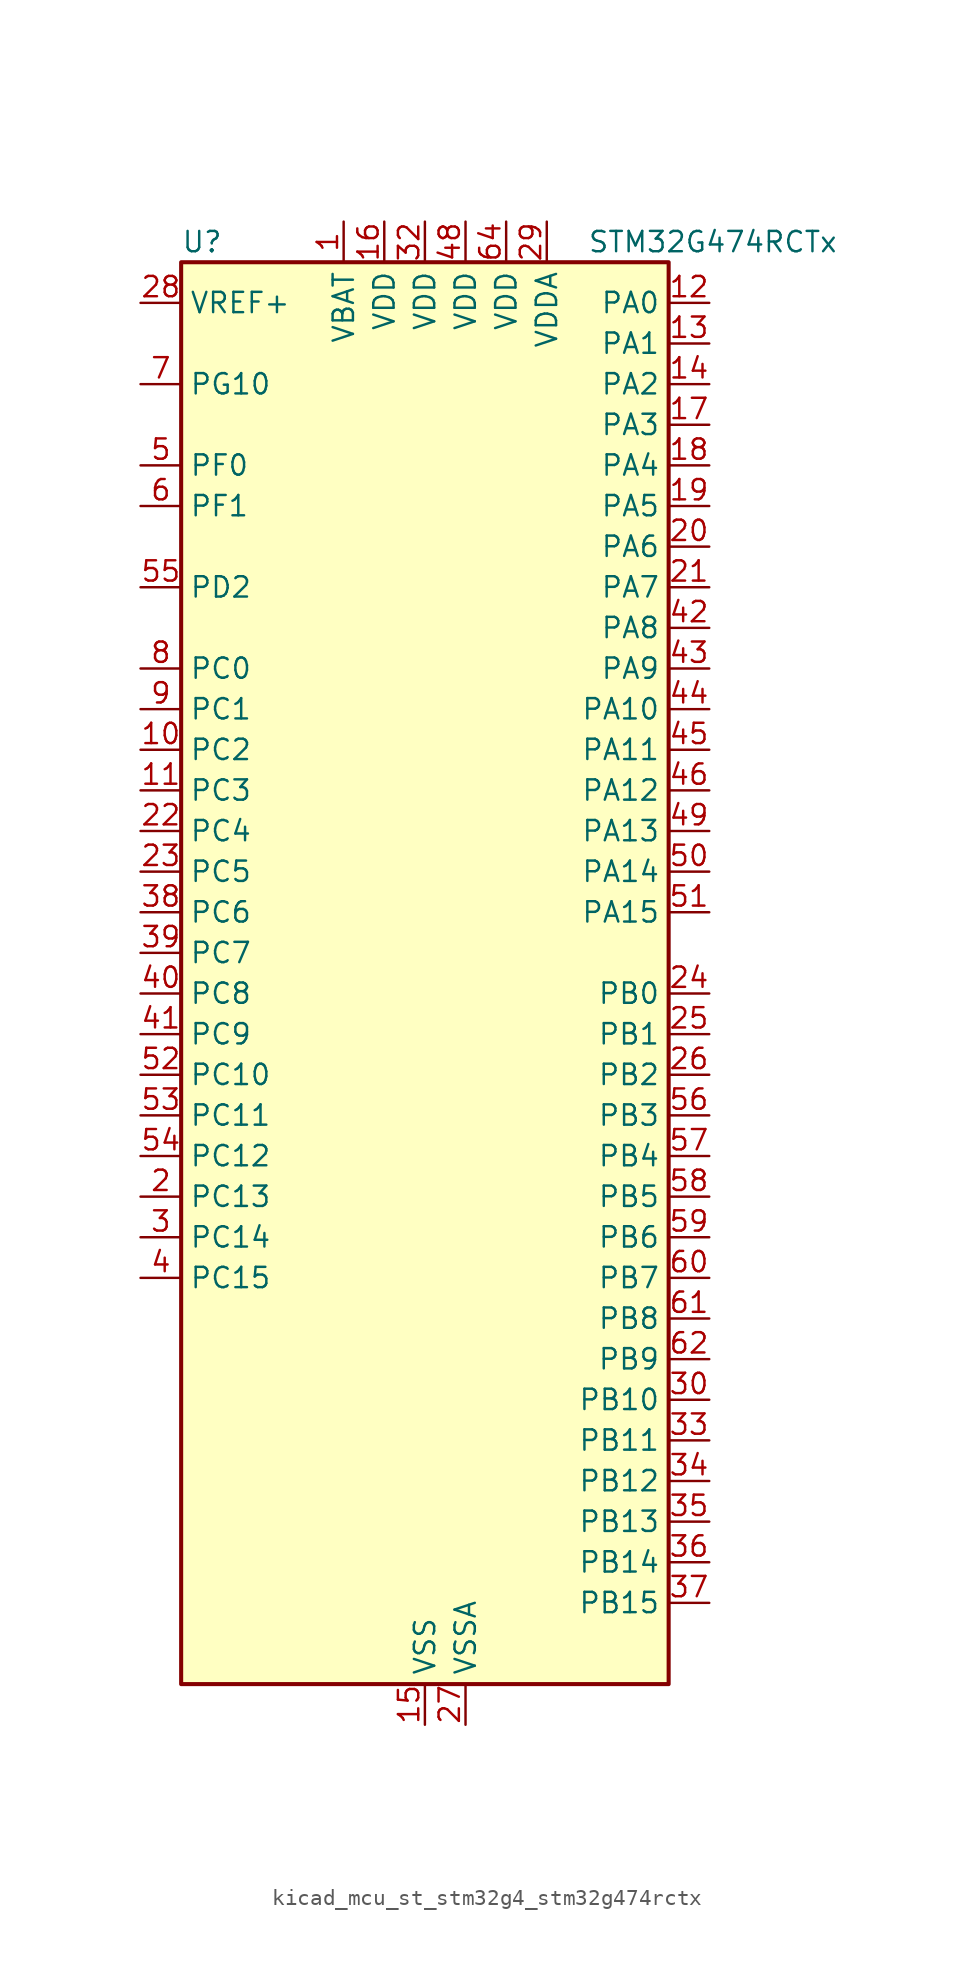
<source format=kicad_sym>
(kicad_symbol_lib
  (version 20220914)
  (generator kicad_symbol_editor)
  (symbol "kicad_mcu_st_stm32g4_stm32g474rctx"
    (property "Reference" "U"
      (at -15.24 46.99 0)
      (effects (font (size 1.27 1.27)) (justify left)))
    (property "Value" "STM32G474RCTx"
      (at 10.16 46.99 0)
      (effects (font (size 1.27 1.27)) (justify left)))
    (property "ki_locked" ""
      (at 0 0 0)
      (effects (font (size 1.27 1.27))))
    (symbol "kicad_mcu_st_stm32g4_stm32g474rctx_0_1"
      (rectangle (start -15.24 -43.18) (end 15.24 45.72) (stroke (width 0.254) (type default)) (fill (type background))))
    (symbol "kicad_mcu_st_stm32g4_stm32g474rctx_1_1"
      (pin power_in line (at -5.08 48.26 270) (length 2.54) (name "VBAT" (effects (font (size 1.27 1.27)))) (number "1" (effects (font (size 1.27 1.27)))))
      (pin bidirectional line (at -17.78 15.24 0) (length 2.54) (name "PC2" (effects (font (size 1.27 1.27)))) (number "10" (effects (font (size 1.27 1.27)))) (alternate "ADC1_IN8" bidirectional line) (alternate "ADC2_IN8" bidirectional line) (alternate "ADC3_EXTI2" bidirectional line) (alternate "ADC4_EXTI2" bidirectional line) (alternate "ADC5_EXTI2" bidirectional line) (alternate "COMP3_OUT" bidirectional line) (alternate "LPTIM1_IN2" bidirectional line) (alternate "QUADSPI1_BK2_IO1" bidirectional line) (alternate "TIM1_CH3" bidirectional line) (alternate "TIM20_CH2" bidirectional line))
      (pin bidirectional line (at -17.78 12.7 0) (length 2.54) (name "PC3" (effects (font (size 1.27 1.27)))) (number "11" (effects (font (size 1.27 1.27)))) (alternate "ADC1_IN9" bidirectional line) (alternate "ADC2_IN9" bidirectional line) (alternate "ADC3_EXTI3" bidirectional line) (alternate "ADC4_EXTI3" bidirectional line) (alternate "ADC5_EXTI3" bidirectional line) (alternate "LPTIM1_ETR" bidirectional line) (alternate "OPAMP5_VINP" bidirectional line) (alternate "OPAMP5_VINP_SEC" bidirectional line) (alternate "QUADSPI1_BK2_IO2" bidirectional line) (alternate "SAI1_D1" bidirectional line) (alternate "SAI1_SD_A" bidirectional line) (alternate "TIM1_BKIN2" bidirectional line) (alternate "TIM1_CH4" bidirectional line))
      (pin bidirectional line (at 17.78 43.18 180) (length 2.54) (name "PA0" (effects (font (size 1.27 1.27)))) (number "12" (effects (font (size 1.27 1.27)))) (alternate "ADC1_IN1" bidirectional line) (alternate "ADC2_IN1" bidirectional line) (alternate "COMP1_INM" bidirectional line) (alternate "COMP1_OUT" bidirectional line) (alternate "COMP3_INP" bidirectional line) (alternate "RTC_TAMP2" bidirectional line) (alternate "SYS_WKUP1" bidirectional line) (alternate "TIM2_CH1" bidirectional line) (alternate "TIM2_ETR" bidirectional line) (alternate "TIM5_CH1" bidirectional line) (alternate "TIM8_BKIN" bidirectional line) (alternate "TIM8_ETR" bidirectional line) (alternate "USART2_CTS" bidirectional line) (alternate "USART2_NSS" bidirectional line))
      (pin bidirectional line (at 17.78 40.64 180) (length 2.54) (name "PA1" (effects (font (size 1.27 1.27)))) (number "13" (effects (font (size 1.27 1.27)))) (alternate "ADC1_IN2" bidirectional line) (alternate "ADC2_IN2" bidirectional line) (alternate "COMP1_INP" bidirectional line) (alternate "OPAMP1_VINP" bidirectional line) (alternate "OPAMP1_VINP_SEC" bidirectional line) (alternate "OPAMP3_VINP" bidirectional line) (alternate "OPAMP3_VINP_SEC" bidirectional line) (alternate "OPAMP6_VINM" bidirectional line) (alternate "OPAMP6_VINM0" bidirectional line) (alternate "OPAMP6_VINM_SEC" bidirectional line) (alternate "RTC_REFIN" bidirectional line) (alternate "TIM15_CH1N" bidirectional line) (alternate "TIM2_CH2" bidirectional line) (alternate "TIM5_CH2" bidirectional line) (alternate "USART2_DE" bidirectional line) (alternate "USART2_RTS" bidirectional line))
      (pin bidirectional line (at 17.78 38.1 180) (length 2.54) (name "PA2" (effects (font (size 1.27 1.27)))) (number "14" (effects (font (size 1.27 1.27)))) (alternate "ADC1_IN3" bidirectional line) (alternate "ADC3_EXTI2" bidirectional line) (alternate "ADC4_EXTI2" bidirectional line) (alternate "ADC5_EXTI2" bidirectional line) (alternate "COMP2_INM" bidirectional line) (alternate "COMP2_OUT" bidirectional line) (alternate "LPUART1_TX" bidirectional line) (alternate "OPAMP1_VOUT" bidirectional line) (alternate "QUADSPI1_BK1_NCS" bidirectional line) (alternate "RCC_LSCO" bidirectional line) (alternate "SYS_WKUP4" bidirectional line) (alternate "TIM15_CH1" bidirectional line) (alternate "TIM2_CH3" bidirectional line) (alternate "TIM5_CH3" bidirectional line) (alternate "UCPD1_FRSTX1" bidirectional line) (alternate "UCPD1_FRSTX2" bidirectional line) (alternate "USART2_TX" bidirectional line))
      (pin power_in line (at 0 -45.72 90) (length 2.54) (name "VSS" (effects (font (size 1.27 1.27)))) (number "15" (effects (font (size 1.27 1.27)))))
      (pin power_in line (at -2.54 48.26 270) (length 2.54) (name "VDD" (effects (font (size 1.27 1.27)))) (number "16" (effects (font (size 1.27 1.27)))))
      (pin bidirectional line (at 17.78 35.56 180) (length 2.54) (name "PA3" (effects (font (size 1.27 1.27)))) (number "17" (effects (font (size 1.27 1.27)))) (alternate "ADC1_IN4" bidirectional line) (alternate "ADC3_EXTI3" bidirectional line) (alternate "ADC4_EXTI3" bidirectional line) (alternate "ADC5_EXTI3" bidirectional line) (alternate "COMP2_INP" bidirectional line) (alternate "LPUART1_RX" bidirectional line) (alternate "OPAMP1_VINM" bidirectional line) (alternate "OPAMP1_VINM0" bidirectional line) (alternate "OPAMP1_VINM_SEC" bidirectional line) (alternate "OPAMP1_VINP" bidirectional line) (alternate "OPAMP1_VINP_SEC" bidirectional line) (alternate "OPAMP5_VINM" bidirectional line) (alternate "OPAMP5_VINM1" bidirectional line) (alternate "OPAMP5_VINM_SEC" bidirectional line) (alternate "QUADSPI1_CLK" bidirectional line) (alternate "SAI1_CK1" bidirectional line) (alternate "SAI1_MCLK_A" bidirectional line) (alternate "TIM15_CH2" bidirectional line) (alternate "TIM2_CH4" bidirectional line) (alternate "TIM5_CH4" bidirectional line) (alternate "USART2_RX" bidirectional line))
      (pin bidirectional line (at 17.78 33.02 180) (length 2.54) (name "PA4" (effects (font (size 1.27 1.27)))) (number "18" (effects (font (size 1.27 1.27)))) (alternate "ADC2_IN17" bidirectional line) (alternate "COMP1_INM" bidirectional line) (alternate "DAC1_OUT1" bidirectional line) (alternate "I2S3_WS" bidirectional line) (alternate "SAI1_FS_B" bidirectional line) (alternate "SPI1_NSS" bidirectional line) (alternate "SPI3_NSS" bidirectional line) (alternate "TIM3_CH2" bidirectional line) (alternate "USART2_CK" bidirectional line))
      (pin bidirectional line (at 17.78 30.48 180) (length 2.54) (name "PA5" (effects (font (size 1.27 1.27)))) (number "19" (effects (font (size 1.27 1.27)))) (alternate "ADC2_IN13" bidirectional line) (alternate "COMP2_INM" bidirectional line) (alternate "DAC1_OUT2" bidirectional line) (alternate "OPAMP2_VINM" bidirectional line) (alternate "OPAMP2_VINM0" bidirectional line) (alternate "OPAMP2_VINM_SEC" bidirectional line) (alternate "SPI1_SCK" bidirectional line) (alternate "TIM2_CH1" bidirectional line) (alternate "TIM2_ETR" bidirectional line) (alternate "UCPD1_FRSTX1" bidirectional line) (alternate "UCPD1_FRSTX2" bidirectional line))
      (pin bidirectional line (at -17.78 -12.7 0) (length 2.54) (name "PC13" (effects (font (size 1.27 1.27)))) (number "2" (effects (font (size 1.27 1.27)))) (alternate "RTC_OUT1" bidirectional line) (alternate "RTC_TAMP1" bidirectional line) (alternate "RTC_TS" bidirectional line) (alternate "SYS_WKUP2" bidirectional line) (alternate "TIM1_BKIN" bidirectional line) (alternate "TIM1_CH1N" bidirectional line) (alternate "TIM8_CH4N" bidirectional line))
      (pin bidirectional line (at 17.78 27.94 180) (length 2.54) (name "PA6" (effects (font (size 1.27 1.27)))) (number "20" (effects (font (size 1.27 1.27)))) (alternate "ADC2_IN3" bidirectional line) (alternate "COMP1_OUT" bidirectional line) (alternate "DAC2_OUT1" bidirectional line) (alternate "LPUART1_CTS" bidirectional line) (alternate "OPAMP2_VOUT" bidirectional line) (alternate "QUADSPI1_BK1_IO3" bidirectional line) (alternate "SPI1_MISO" bidirectional line) (alternate "TIM16_CH1" bidirectional line) (alternate "TIM1_BKIN" bidirectional line) (alternate "TIM3_CH1" bidirectional line) (alternate "TIM8_BKIN" bidirectional line))
      (pin bidirectional line (at 17.78 25.4 180) (length 2.54) (name "PA7" (effects (font (size 1.27 1.27)))) (number "21" (effects (font (size 1.27 1.27)))) (alternate "ADC2_IN4" bidirectional line) (alternate "COMP2_INP" bidirectional line) (alternate "COMP2_OUT" bidirectional line) (alternate "OPAMP1_VINP" bidirectional line) (alternate "OPAMP1_VINP_SEC" bidirectional line) (alternate "OPAMP2_VINP" bidirectional line) (alternate "OPAMP2_VINP_SEC" bidirectional line) (alternate "QUADSPI1_BK1_IO2" bidirectional line) (alternate "SPI1_MOSI" bidirectional line) (alternate "TIM17_CH1" bidirectional line) (alternate "TIM1_CH1N" bidirectional line) (alternate "TIM3_CH2" bidirectional line) (alternate "TIM8_CH1N" bidirectional line) (alternate "UCPD1_FRSTX1" bidirectional line) (alternate "UCPD1_FRSTX2" bidirectional line))
      (pin bidirectional line (at -17.78 10.16 0) (length 2.54) (name "PC4" (effects (font (size 1.27 1.27)))) (number "22" (effects (font (size 1.27 1.27)))) (alternate "ADC2_IN5" bidirectional line) (alternate "I2C2_SCL" bidirectional line) (alternate "QUADSPI1_BK2_IO3" bidirectional line) (alternate "TIM1_ETR" bidirectional line) (alternate "USART1_TX" bidirectional line))
      (pin bidirectional line (at -17.78 7.62 0) (length 2.54) (name "PC5" (effects (font (size 1.27 1.27)))) (number "23" (effects (font (size 1.27 1.27)))) (alternate "ADC2_IN11" bidirectional line) (alternate "HRTIM1_EEV10" bidirectional line) (alternate "OPAMP1_VINM" bidirectional line) (alternate "OPAMP1_VINM1" bidirectional line) (alternate "OPAMP1_VINM_SEC" bidirectional line) (alternate "OPAMP2_VINM" bidirectional line) (alternate "OPAMP2_VINM1" bidirectional line) (alternate "OPAMP2_VINM_SEC" bidirectional line) (alternate "SAI1_D3" bidirectional line) (alternate "SYS_WKUP5" bidirectional line) (alternate "TIM15_BKIN" bidirectional line) (alternate "TIM1_CH4N" bidirectional line) (alternate "USART1_RX" bidirectional line))
      (pin bidirectional line (at 17.78 0 180) (length 2.54) (name "PB0" (effects (font (size 1.27 1.27)))) (number "24" (effects (font (size 1.27 1.27)))) (alternate "ADC1_IN15" bidirectional line) (alternate "ADC3_IN12" bidirectional line) (alternate "COMP4_INP" bidirectional line) (alternate "HRTIM1_FLT5" bidirectional line) (alternate "OPAMP2_VINP" bidirectional line) (alternate "OPAMP2_VINP_SEC" bidirectional line) (alternate "OPAMP3_VINP" bidirectional line) (alternate "OPAMP3_VINP_SEC" bidirectional line) (alternate "QUADSPI1_BK1_IO1" bidirectional line) (alternate "TIM1_CH2N" bidirectional line) (alternate "TIM3_CH3" bidirectional line) (alternate "TIM8_CH2N" bidirectional line) (alternate "UCPD1_FRSTX1" bidirectional line) (alternate "UCPD1_FRSTX2" bidirectional line))
      (pin bidirectional line (at 17.78 -2.54 180) (length 2.54) (name "PB1" (effects (font (size 1.27 1.27)))) (number "25" (effects (font (size 1.27 1.27)))) (alternate "ADC1_IN12" bidirectional line) (alternate "ADC3_IN1" bidirectional line) (alternate "COMP1_INP" bidirectional line) (alternate "COMP4_OUT" bidirectional line) (alternate "HRTIM1_SCOUT" bidirectional line) (alternate "LPUART1_DE" bidirectional line) (alternate "LPUART1_RTS" bidirectional line) (alternate "OPAMP3_VOUT" bidirectional line) (alternate "OPAMP6_VINM" bidirectional line) (alternate "OPAMP6_VINM1" bidirectional line) (alternate "OPAMP6_VINM_SEC" bidirectional line) (alternate "QUADSPI1_BK1_IO0" bidirectional line) (alternate "TIM1_CH3N" bidirectional line) (alternate "TIM3_CH4" bidirectional line) (alternate "TIM8_CH3N" bidirectional line))
      (pin bidirectional line (at 17.78 -5.08 180) (length 2.54) (name "PB2" (effects (font (size 1.27 1.27)))) (number "26" (effects (font (size 1.27 1.27)))) (alternate "ADC2_IN12" bidirectional line) (alternate "ADC3_EXTI2" bidirectional line) (alternate "ADC4_EXTI2" bidirectional line) (alternate "ADC5_EXTI2" bidirectional line) (alternate "COMP4_INM" bidirectional line) (alternate "HRTIM1_SCIN" bidirectional line) (alternate "I2C3_SMBA" bidirectional line) (alternate "LPTIM1_OUT" bidirectional line) (alternate "OPAMP3_VINM" bidirectional line) (alternate "OPAMP3_VINM0" bidirectional line) (alternate "OPAMP3_VINM_SEC" bidirectional line) (alternate "QUADSPI1_BK2_IO1" bidirectional line) (alternate "RTC_OUT2" bidirectional line) (alternate "TIM20_CH1" bidirectional line) (alternate "TIM5_CH1" bidirectional line))
      (pin power_in line (at 2.54 -45.72 90) (length 2.54) (name "VSSA" (effects (font (size 1.27 1.27)))) (number "27" (effects (font (size 1.27 1.27)))))
      (pin input line (at -17.78 43.18 0) (length 2.54) (name "VREF+" (effects (font (size 1.27 1.27)))) (number "28" (effects (font (size 1.27 1.27)))) (alternate "VREFBUF_OUT" bidirectional line))
      (pin power_in line (at 7.62 48.26 270) (length 2.54) (name "VDDA" (effects (font (size 1.27 1.27)))) (number "29" (effects (font (size 1.27 1.27)))))
      (pin bidirectional line (at -17.78 -15.24 0) (length 2.54) (name "PC14" (effects (font (size 1.27 1.27)))) (number "3" (effects (font (size 1.27 1.27)))) (alternate "RCC_OSC32_IN" bidirectional line))
      (pin bidirectional line (at 17.78 -25.4 180) (length 2.54) (name "PB10" (effects (font (size 1.27 1.27)))) (number "30" (effects (font (size 1.27 1.27)))) (alternate "COMP5_INM" bidirectional line) (alternate "DAC1_EXTI10" bidirectional line) (alternate "DAC2_EXTI10" bidirectional line) (alternate "DAC3_EXTI10" bidirectional line) (alternate "DAC4_EXTI10" bidirectional line) (alternate "HRTIM1_FLT3" bidirectional line) (alternate "LPUART1_RX" bidirectional line) (alternate "OPAMP3_VINM" bidirectional line) (alternate "OPAMP3_VINM1" bidirectional line) (alternate "OPAMP3_VINM_SEC" bidirectional line) (alternate "OPAMP4_VINM" bidirectional line) (alternate "OPAMP4_VINM0" bidirectional line) (alternate "OPAMP4_VINM_SEC" bidirectional line) (alternate "QUADSPI1_CLK" bidirectional line) (alternate "SAI1_SCK_A" bidirectional line) (alternate "TIM1_BKIN" bidirectional line) (alternate "TIM2_CH3" bidirectional line) (alternate "USART3_TX" bidirectional line))
      (pin passive line (at 0 -45.72 90) (length 2.54) hide (name "VSS" (effects (font (size 1.27 1.27)))) (number "31" (effects (font (size 1.27 1.27)))))
      (pin power_in line (at 0 48.26 270) (length 2.54) (name "VDD" (effects (font (size 1.27 1.27)))) (number "32" (effects (font (size 1.27 1.27)))))
      (pin bidirectional line (at 17.78 -27.94 180) (length 2.54) (name "PB11" (effects (font (size 1.27 1.27)))) (number "33" (effects (font (size 1.27 1.27)))) (alternate "ADC1_EXTI11" bidirectional line) (alternate "ADC1_IN14" bidirectional line) (alternate "ADC2_EXTI11" bidirectional line) (alternate "ADC2_IN14" bidirectional line) (alternate "COMP6_INP" bidirectional line) (alternate "HRTIM1_FLT4" bidirectional line) (alternate "LPUART1_TX" bidirectional line) (alternate "OPAMP4_VINP" bidirectional line) (alternate "OPAMP4_VINP_SEC" bidirectional line) (alternate "OPAMP6_VOUT" bidirectional line) (alternate "QUADSPI1_BK1_NCS" bidirectional line) (alternate "TIM2_CH4" bidirectional line) (alternate "USART3_RX" bidirectional line))
      (pin bidirectional line (at 17.78 -30.48 180) (length 2.54) (name "PB12" (effects (font (size 1.27 1.27)))) (number "34" (effects (font (size 1.27 1.27)))) (alternate "ADC1_IN11" bidirectional line) (alternate "ADC4_IN3" bidirectional line) (alternate "COMP7_INM" bidirectional line) (alternate "FDCAN2_RX" bidirectional line) (alternate "HRTIM1_CHC1" bidirectional line) (alternate "I2C2_SMBA" bidirectional line) (alternate "I2S2_WS" bidirectional line) (alternate "LPUART1_DE" bidirectional line) (alternate "LPUART1_RTS" bidirectional line) (alternate "OPAMP4_VOUT" bidirectional line) (alternate "OPAMP6_VINP" bidirectional line) (alternate "OPAMP6_VINP_SEC" bidirectional line) (alternate "SPI2_NSS" bidirectional line) (alternate "TIM1_BKIN" bidirectional line) (alternate "TIM5_ETR" bidirectional line) (alternate "USART3_CK" bidirectional line))
      (pin bidirectional line (at 17.78 -33.02 180) (length 2.54) (name "PB13" (effects (font (size 1.27 1.27)))) (number "35" (effects (font (size 1.27 1.27)))) (alternate "ADC3_IN5" bidirectional line) (alternate "COMP5_INP" bidirectional line) (alternate "FDCAN2_TX" bidirectional line) (alternate "HRTIM1_CHC2" bidirectional line) (alternate "I2S2_CK" bidirectional line) (alternate "LPUART1_CTS" bidirectional line) (alternate "OPAMP3_VINP" bidirectional line) (alternate "OPAMP3_VINP_SEC" bidirectional line) (alternate "OPAMP4_VINP" bidirectional line) (alternate "OPAMP4_VINP_SEC" bidirectional line) (alternate "OPAMP6_VINP" bidirectional line) (alternate "OPAMP6_VINP_SEC" bidirectional line) (alternate "SPI2_SCK" bidirectional line) (alternate "TIM1_CH1N" bidirectional line) (alternate "USART3_CTS" bidirectional line) (alternate "USART3_NSS" bidirectional line))
      (pin bidirectional line (at 17.78 -35.56 180) (length 2.54) (name "PB14" (effects (font (size 1.27 1.27)))) (number "36" (effects (font (size 1.27 1.27)))) (alternate "ADC1_IN5" bidirectional line) (alternate "ADC4_IN4" bidirectional line) (alternate "COMP4_OUT" bidirectional line) (alternate "COMP7_INP" bidirectional line) (alternate "HRTIM1_CHD1" bidirectional line) (alternate "OPAMP2_VINP" bidirectional line) (alternate "OPAMP2_VINP_SEC" bidirectional line) (alternate "OPAMP5_VINP" bidirectional line) (alternate "OPAMP5_VINP_SEC" bidirectional line) (alternate "SPI2_MISO" bidirectional line) (alternate "TIM15_CH1" bidirectional line) (alternate "TIM1_CH2N" bidirectional line) (alternate "USART3_DE" bidirectional line) (alternate "USART3_RTS" bidirectional line))
      (pin bidirectional line (at 17.78 -38.1 180) (length 2.54) (name "PB15" (effects (font (size 1.27 1.27)))) (number "37" (effects (font (size 1.27 1.27)))) (alternate "ADC1_EXTI15" bidirectional line) (alternate "ADC2_EXTI15" bidirectional line) (alternate "ADC2_IN15" bidirectional line) (alternate "ADC4_IN5" bidirectional line) (alternate "COMP3_OUT" bidirectional line) (alternate "COMP6_INM" bidirectional line) (alternate "HRTIM1_CHD2" bidirectional line) (alternate "I2S2_SD" bidirectional line) (alternate "OPAMP5_VINM" bidirectional line) (alternate "OPAMP5_VINM0" bidirectional line) (alternate "OPAMP5_VINM_SEC" bidirectional line) (alternate "RTC_REFIN" bidirectional line) (alternate "SPI2_MOSI" bidirectional line) (alternate "TIM15_CH1N" bidirectional line) (alternate "TIM15_CH2" bidirectional line) (alternate "TIM1_CH3N" bidirectional line))
      (pin bidirectional line (at -17.78 5.08 0) (length 2.54) (name "PC6" (effects (font (size 1.27 1.27)))) (number "38" (effects (font (size 1.27 1.27)))) (alternate "COMP6_OUT" bidirectional line) (alternate "HRTIM1_CHF1" bidirectional line) (alternate "HRTIM1_EEV10" bidirectional line) (alternate "I2C4_SCL" bidirectional line) (alternate "I2S2_MCK" bidirectional line) (alternate "TIM3_CH1" bidirectional line) (alternate "TIM8_CH1" bidirectional line))
      (pin bidirectional line (at -17.78 2.54 0) (length 2.54) (name "PC7" (effects (font (size 1.27 1.27)))) (number "39" (effects (font (size 1.27 1.27)))) (alternate "COMP5_OUT" bidirectional line) (alternate "HRTIM1_CHF2" bidirectional line) (alternate "HRTIM1_FLT5" bidirectional line) (alternate "I2C4_SDA" bidirectional line) (alternate "I2S3_MCK" bidirectional line) (alternate "TIM3_CH2" bidirectional line) (alternate "TIM8_CH2" bidirectional line))
      (pin bidirectional line (at -17.78 -17.78 0) (length 2.54) (name "PC15" (effects (font (size 1.27 1.27)))) (number "4" (effects (font (size 1.27 1.27)))) (alternate "ADC1_EXTI15" bidirectional line) (alternate "ADC2_EXTI15" bidirectional line) (alternate "RCC_OSC32_OUT" bidirectional line))
      (pin bidirectional line (at -17.78 0 0) (length 2.54) (name "PC8" (effects (font (size 1.27 1.27)))) (number "40" (effects (font (size 1.27 1.27)))) (alternate "COMP7_OUT" bidirectional line) (alternate "HRTIM1_CHE1" bidirectional line) (alternate "I2C3_SCL" bidirectional line) (alternate "TIM20_CH3" bidirectional line) (alternate "TIM3_CH3" bidirectional line) (alternate "TIM8_CH3" bidirectional line))
      (pin bidirectional line (at -17.78 -2.54 0) (length 2.54) (name "PC9" (effects (font (size 1.27 1.27)))) (number "41" (effects (font (size 1.27 1.27)))) (alternate "DAC1_EXTI9" bidirectional line) (alternate "DAC2_EXTI9" bidirectional line) (alternate "DAC3_EXTI9" bidirectional line) (alternate "DAC4_EXTI9" bidirectional line) (alternate "HRTIM1_CHE2" bidirectional line) (alternate "I2C3_SDA" bidirectional line) (alternate "I2S_CKIN" bidirectional line) (alternate "TIM3_CH4" bidirectional line) (alternate "TIM8_BKIN2" bidirectional line) (alternate "TIM8_CH4" bidirectional line))
      (pin bidirectional line (at 17.78 22.86 180) (length 2.54) (name "PA8" (effects (font (size 1.27 1.27)))) (number "42" (effects (font (size 1.27 1.27)))) (alternate "ADC5_IN1" bidirectional line) (alternate "COMP7_OUT" bidirectional line) (alternate "FDCAN3_RX" bidirectional line) (alternate "HRTIM1_CHA1" bidirectional line) (alternate "I2C2_SDA" bidirectional line) (alternate "I2C3_SCL" bidirectional line) (alternate "I2S2_MCK" bidirectional line) (alternate "OPAMP5_VOUT" bidirectional line) (alternate "RCC_MCO" bidirectional line) (alternate "SAI1_CK2" bidirectional line) (alternate "SAI1_SCK_A" bidirectional line) (alternate "TIM1_CH1" bidirectional line) (alternate "TIM4_ETR" bidirectional line) (alternate "USART1_CK" bidirectional line))
      (pin bidirectional line (at 17.78 20.32 180) (length 2.54) (name "PA9" (effects (font (size 1.27 1.27)))) (number "43" (effects (font (size 1.27 1.27)))) (alternate "ADC5_IN2" bidirectional line) (alternate "COMP5_OUT" bidirectional line) (alternate "DAC1_EXTI9" bidirectional line) (alternate "DAC2_EXTI9" bidirectional line) (alternate "DAC3_EXTI9" bidirectional line) (alternate "DAC4_EXTI9" bidirectional line) (alternate "HRTIM1_CHA2" bidirectional line) (alternate "I2C2_SCL" bidirectional line) (alternate "I2C3_SMBA" bidirectional line) (alternate "I2S3_MCK" bidirectional line) (alternate "SAI1_FS_A" bidirectional line) (alternate "TIM15_BKIN" bidirectional line) (alternate "TIM1_CH2" bidirectional line) (alternate "TIM2_CH3" bidirectional line) (alternate "UCPD1_DBCC1" bidirectional line) (alternate "USART1_TX" bidirectional line))
      (pin bidirectional line (at 17.78 17.78 180) (length 2.54) (name "PA10" (effects (font (size 1.27 1.27)))) (number "44" (effects (font (size 1.27 1.27)))) (alternate "COMP6_OUT" bidirectional line) (alternate "CRS_SYNC" bidirectional line) (alternate "DAC1_EXTI10" bidirectional line) (alternate "DAC2_EXTI10" bidirectional line) (alternate "DAC3_EXTI10" bidirectional line) (alternate "DAC4_EXTI10" bidirectional line) (alternate "HRTIM1_CHB1" bidirectional line) (alternate "I2C2_SMBA" bidirectional line) (alternate "SAI1_D1" bidirectional line) (alternate "SAI1_SD_A" bidirectional line) (alternate "SPI2_MISO" bidirectional line) (alternate "TIM17_BKIN" bidirectional line) (alternate "TIM1_CH3" bidirectional line) (alternate "TIM2_CH4" bidirectional line) (alternate "TIM8_BKIN" bidirectional line) (alternate "UCPD1_DBCC2" bidirectional line) (alternate "USART1_RX" bidirectional line))
      (pin bidirectional line (at 17.78 15.24 180) (length 2.54) (name "PA11" (effects (font (size 1.27 1.27)))) (number "45" (effects (font (size 1.27 1.27)))) (alternate "ADC1_EXTI11" bidirectional line) (alternate "ADC2_EXTI11" bidirectional line) (alternate "COMP1_OUT" bidirectional line) (alternate "FDCAN1_RX" bidirectional line) (alternate "HRTIM1_CHB2" bidirectional line) (alternate "I2S2_SD" bidirectional line) (alternate "SPI2_MOSI" bidirectional line) (alternate "TIM1_BKIN2" bidirectional line) (alternate "TIM1_CH1N" bidirectional line) (alternate "TIM1_CH4" bidirectional line) (alternate "TIM4_CH1" bidirectional line) (alternate "USART1_CTS" bidirectional line) (alternate "USART1_NSS" bidirectional line) (alternate "USB_DM" bidirectional line))
      (pin bidirectional line (at 17.78 12.7 180) (length 2.54) (name "PA12" (effects (font (size 1.27 1.27)))) (number "46" (effects (font (size 1.27 1.27)))) (alternate "COMP2_OUT" bidirectional line) (alternate "FDCAN1_TX" bidirectional line) (alternate "HRTIM1_FLT1" bidirectional line) (alternate "I2S_CKIN" bidirectional line) (alternate "TIM16_CH1" bidirectional line) (alternate "TIM1_CH2N" bidirectional line) (alternate "TIM1_ETR" bidirectional line) (alternate "TIM4_CH2" bidirectional line) (alternate "USART1_DE" bidirectional line) (alternate "USART1_RTS" bidirectional line) (alternate "USB_DP" bidirectional line))
      (pin passive line (at 0 -45.72 90) (length 2.54) hide (name "VSS" (effects (font (size 1.27 1.27)))) (number "47" (effects (font (size 1.27 1.27)))))
      (pin power_in line (at 2.54 48.26 270) (length 2.54) (name "VDD" (effects (font (size 1.27 1.27)))) (number "48" (effects (font (size 1.27 1.27)))))
      (pin bidirectional line (at 17.78 10.16 180) (length 2.54) (name "PA13" (effects (font (size 1.27 1.27)))) (number "49" (effects (font (size 1.27 1.27)))) (alternate "I2C1_SCL" bidirectional line) (alternate "I2C4_SCL" bidirectional line) (alternate "IR_OUT" bidirectional line) (alternate "SAI1_SD_B" bidirectional line) (alternate "SYS_JTMS-SWDIO" bidirectional line) (alternate "TIM16_CH1N" bidirectional line) (alternate "TIM4_CH3" bidirectional line) (alternate "USART3_CTS" bidirectional line) (alternate "USART3_NSS" bidirectional line))
      (pin bidirectional line (at -17.78 33.02 0) (length 2.54) (name "PF0" (effects (font (size 1.27 1.27)))) (number "5" (effects (font (size 1.27 1.27)))) (alternate "ADC1_IN10" bidirectional line) (alternate "I2C2_SDA" bidirectional line) (alternate "I2S2_WS" bidirectional line) (alternate "RCC_OSC_IN" bidirectional line) (alternate "SPI2_NSS" bidirectional line) (alternate "TIM1_CH3N" bidirectional line))
      (pin bidirectional line (at 17.78 7.62 180) (length 2.54) (name "PA14" (effects (font (size 1.27 1.27)))) (number "50" (effects (font (size 1.27 1.27)))) (alternate "I2C1_SDA" bidirectional line) (alternate "I2C4_SMBA" bidirectional line) (alternate "LPTIM1_OUT" bidirectional line) (alternate "SAI1_FS_B" bidirectional line) (alternate "SYS_JTCK-SWCLK" bidirectional line) (alternate "TIM1_BKIN" bidirectional line) (alternate "TIM8_CH2" bidirectional line) (alternate "USART2_TX" bidirectional line))
      (pin bidirectional line (at 17.78 5.08 180) (length 2.54) (name "PA15" (effects (font (size 1.27 1.27)))) (number "51" (effects (font (size 1.27 1.27)))) (alternate "ADC1_EXTI15" bidirectional line) (alternate "ADC2_EXTI15" bidirectional line) (alternate "FDCAN3_TX" bidirectional line) (alternate "HRTIM1_FLT2" bidirectional line) (alternate "I2C1_SCL" bidirectional line) (alternate "I2S3_WS" bidirectional line) (alternate "SPI1_NSS" bidirectional line) (alternate "SPI3_NSS" bidirectional line) (alternate "SYS_JTDI" bidirectional line) (alternate "TIM1_BKIN" bidirectional line) (alternate "TIM2_CH1" bidirectional line) (alternate "TIM2_ETR" bidirectional line) (alternate "TIM8_CH1" bidirectional line) (alternate "UART4_DE" bidirectional line) (alternate "UART4_RTS" bidirectional line) (alternate "USART2_RX" bidirectional line))
      (pin bidirectional line (at -17.78 -5.08 0) (length 2.54) (name "PC10" (effects (font (size 1.27 1.27)))) (number "52" (effects (font (size 1.27 1.27)))) (alternate "DAC1_EXTI10" bidirectional line) (alternate "DAC2_EXTI10" bidirectional line) (alternate "DAC3_EXTI10" bidirectional line) (alternate "DAC4_EXTI10" bidirectional line) (alternate "HRTIM1_FLT6" bidirectional line) (alternate "I2S3_CK" bidirectional line) (alternate "SPI3_SCK" bidirectional line) (alternate "TIM8_CH1N" bidirectional line) (alternate "UART4_TX" bidirectional line) (alternate "USART3_TX" bidirectional line))
      (pin bidirectional line (at -17.78 -7.62 0) (length 2.54) (name "PC11" (effects (font (size 1.27 1.27)))) (number "53" (effects (font (size 1.27 1.27)))) (alternate "ADC1_EXTI11" bidirectional line) (alternate "ADC2_EXTI11" bidirectional line) (alternate "HRTIM1_EEV2" bidirectional line) (alternate "I2C3_SDA" bidirectional line) (alternate "SPI3_MISO" bidirectional line) (alternate "TIM8_CH2N" bidirectional line) (alternate "UART4_RX" bidirectional line) (alternate "USART3_RX" bidirectional line))
      (pin bidirectional line (at -17.78 -10.16 0) (length 2.54) (name "PC12" (effects (font (size 1.27 1.27)))) (number "54" (effects (font (size 1.27 1.27)))) (alternate "HRTIM1_EEV1" bidirectional line) (alternate "I2S3_SD" bidirectional line) (alternate "SPI3_MOSI" bidirectional line) (alternate "TIM5_CH2" bidirectional line) (alternate "TIM8_CH3N" bidirectional line) (alternate "UART5_TX" bidirectional line) (alternate "UCPD1_FRSTX1" bidirectional line) (alternate "UCPD1_FRSTX2" bidirectional line) (alternate "USART3_CK" bidirectional line))
      (pin bidirectional line (at -17.78 25.4 0) (length 2.54) (name "PD2" (effects (font (size 1.27 1.27)))) (number "55" (effects (font (size 1.27 1.27)))) (alternate "ADC3_EXTI2" bidirectional line) (alternate "ADC4_EXTI2" bidirectional line) (alternate "ADC5_EXTI2" bidirectional line) (alternate "TIM3_ETR" bidirectional line) (alternate "TIM8_BKIN" bidirectional line) (alternate "UART5_RX" bidirectional line))
      (pin bidirectional line (at 17.78 -7.62 180) (length 2.54) (name "PB3" (effects (font (size 1.27 1.27)))) (number "56" (effects (font (size 1.27 1.27)))) (alternate "ADC3_EXTI3" bidirectional line) (alternate "ADC4_EXTI3" bidirectional line) (alternate "ADC5_EXTI3" bidirectional line) (alternate "CRS_SYNC" bidirectional line) (alternate "FDCAN3_RX" bidirectional line) (alternate "HRTIM1_EEV9" bidirectional line) (alternate "HRTIM1_SCOUT" bidirectional line) (alternate "I2S3_CK" bidirectional line) (alternate "SAI1_SCK_B" bidirectional line) (alternate "SPI1_SCK" bidirectional line) (alternate "SPI3_SCK" bidirectional line) (alternate "SYS_JTDO-SWO" bidirectional line) (alternate "TIM2_CH2" bidirectional line) (alternate "TIM3_ETR" bidirectional line) (alternate "TIM4_ETR" bidirectional line) (alternate "TIM8_CH1N" bidirectional line) (alternate "USART2_TX" bidirectional line))
      (pin bidirectional line (at 17.78 -10.16 180) (length 2.54) (name "PB4" (effects (font (size 1.27 1.27)))) (number "57" (effects (font (size 1.27 1.27)))) (alternate "FDCAN3_TX" bidirectional line) (alternate "HRTIM1_EEV7" bidirectional line) (alternate "SAI1_MCLK_B" bidirectional line) (alternate "SPI1_MISO" bidirectional line) (alternate "SPI3_MISO" bidirectional line) (alternate "SYS_JTRST" bidirectional line) (alternate "TIM16_CH1" bidirectional line) (alternate "TIM17_BKIN" bidirectional line) (alternate "TIM3_CH1" bidirectional line) (alternate "TIM8_CH2N" bidirectional line) (alternate "UART5_DE" bidirectional line) (alternate "UART5_RTS" bidirectional line) (alternate "UCPD1_CC2" bidirectional line) (alternate "USART2_RX" bidirectional line))
      (pin bidirectional line (at 17.78 -12.7 180) (length 2.54) (name "PB5" (effects (font (size 1.27 1.27)))) (number "58" (effects (font (size 1.27 1.27)))) (alternate "FDCAN2_RX" bidirectional line) (alternate "HRTIM1_EEV6" bidirectional line) (alternate "I2C1_SMBA" bidirectional line) (alternate "I2C3_SDA" bidirectional line) (alternate "I2S3_SD" bidirectional line) (alternate "LPTIM1_IN1" bidirectional line) (alternate "SAI1_SD_B" bidirectional line) (alternate "SPI1_MOSI" bidirectional line) (alternate "SPI3_MOSI" bidirectional line) (alternate "TIM16_BKIN" bidirectional line) (alternate "TIM17_CH1" bidirectional line) (alternate "TIM3_CH2" bidirectional line) (alternate "TIM8_CH3N" bidirectional line) (alternate "UART5_CTS" bidirectional line) (alternate "USART2_CK" bidirectional line))
      (pin bidirectional line (at 17.78 -15.24 180) (length 2.54) (name "PB6" (effects (font (size 1.27 1.27)))) (number "59" (effects (font (size 1.27 1.27)))) (alternate "COMP4_OUT" bidirectional line) (alternate "FDCAN2_TX" bidirectional line) (alternate "HRTIM1_EEV4" bidirectional line) (alternate "HRTIM1_SCIN" bidirectional line) (alternate "LPTIM1_ETR" bidirectional line) (alternate "SAI1_FS_B" bidirectional line) (alternate "TIM16_CH1N" bidirectional line) (alternate "TIM4_CH1" bidirectional line) (alternate "TIM8_BKIN2" bidirectional line) (alternate "TIM8_CH1" bidirectional line) (alternate "TIM8_ETR" bidirectional line) (alternate "UCPD1_CC1" bidirectional line) (alternate "USART1_TX" bidirectional line))
      (pin bidirectional line (at -17.78 30.48 0) (length 2.54) (name "PF1" (effects (font (size 1.27 1.27)))) (number "6" (effects (font (size 1.27 1.27)))) (alternate "ADC2_IN10" bidirectional line) (alternate "COMP3_INM" bidirectional line) (alternate "I2S2_CK" bidirectional line) (alternate "RCC_OSC_OUT" bidirectional line) (alternate "SPI2_SCK" bidirectional line))
      (pin bidirectional line (at 17.78 -17.78 180) (length 2.54) (name "PB7" (effects (font (size 1.27 1.27)))) (number "60" (effects (font (size 1.27 1.27)))) (alternate "COMP3_OUT" bidirectional line) (alternate "HRTIM1_EEV3" bidirectional line) (alternate "I2C1_SDA" bidirectional line) (alternate "I2C4_SDA" bidirectional line) (alternate "LPTIM1_IN2" bidirectional line) (alternate "SYS_PVD_IN" bidirectional line) (alternate "TIM17_CH1N" bidirectional line) (alternate "TIM3_CH4" bidirectional line) (alternate "TIM4_CH2" bidirectional line) (alternate "TIM8_BKIN" bidirectional line) (alternate "UART4_CTS" bidirectional line) (alternate "USART1_RX" bidirectional line))
      (pin bidirectional line (at 17.78 -20.32 180) (length 2.54) (name "PB8" (effects (font (size 1.27 1.27)))) (number "61" (effects (font (size 1.27 1.27)))) (alternate "COMP1_OUT" bidirectional line) (alternate "FDCAN1_RX" bidirectional line) (alternate "HRTIM1_EEV8" bidirectional line) (alternate "I2C1_SCL" bidirectional line) (alternate "SAI1_CK1" bidirectional line) (alternate "SAI1_MCLK_A" bidirectional line) (alternate "TIM16_CH1" bidirectional line) (alternate "TIM1_BKIN" bidirectional line) (alternate "TIM4_CH3" bidirectional line) (alternate "TIM8_CH2" bidirectional line) (alternate "USART3_RX" bidirectional line))
      (pin bidirectional line (at 17.78 -22.86 180) (length 2.54) (name "PB9" (effects (font (size 1.27 1.27)))) (number "62" (effects (font (size 1.27 1.27)))) (alternate "COMP2_OUT" bidirectional line) (alternate "DAC1_EXTI9" bidirectional line) (alternate "DAC2_EXTI9" bidirectional line) (alternate "DAC3_EXTI9" bidirectional line) (alternate "DAC4_EXTI9" bidirectional line) (alternate "FDCAN1_TX" bidirectional line) (alternate "HRTIM1_EEV5" bidirectional line) (alternate "I2C1_SDA" bidirectional line) (alternate "IR_OUT" bidirectional line) (alternate "SAI1_D2" bidirectional line) (alternate "SAI1_FS_A" bidirectional line) (alternate "TIM17_CH1" bidirectional line) (alternate "TIM1_CH3N" bidirectional line) (alternate "TIM4_CH4" bidirectional line) (alternate "TIM8_CH3" bidirectional line) (alternate "USART3_TX" bidirectional line))
      (pin passive line (at 0 -45.72 90) (length 2.54) hide (name "VSS" (effects (font (size 1.27 1.27)))) (number "63" (effects (font (size 1.27 1.27)))))
      (pin power_in line (at 5.08 48.26 270) (length 2.54) (name "VDD" (effects (font (size 1.27 1.27)))) (number "64" (effects (font (size 1.27 1.27)))))
      (pin bidirectional line (at -17.78 38.1 0) (length 2.54) (name "PG10" (effects (font (size 1.27 1.27)))) (number "7" (effects (font (size 1.27 1.27)))) (alternate "DAC1_EXTI10" bidirectional line) (alternate "DAC2_EXTI10" bidirectional line) (alternate "DAC3_EXTI10" bidirectional line) (alternate "DAC4_EXTI10" bidirectional line) (alternate "RCC_MCO" bidirectional line))
      (pin bidirectional line (at -17.78 20.32 0) (length 2.54) (name "PC0" (effects (font (size 1.27 1.27)))) (number "8" (effects (font (size 1.27 1.27)))) (alternate "ADC1_IN6" bidirectional line) (alternate "ADC2_IN6" bidirectional line) (alternate "COMP3_INM" bidirectional line) (alternate "LPTIM1_IN1" bidirectional line) (alternate "LPUART1_RX" bidirectional line) (alternate "TIM1_CH1" bidirectional line))
      (pin bidirectional line (at -17.78 17.78 0) (length 2.54) (name "PC1" (effects (font (size 1.27 1.27)))) (number "9" (effects (font (size 1.27 1.27)))) (alternate "ADC1_IN7" bidirectional line) (alternate "ADC2_IN7" bidirectional line) (alternate "COMP3_INP" bidirectional line) (alternate "LPTIM1_OUT" bidirectional line) (alternate "LPUART1_TX" bidirectional line) (alternate "QUADSPI1_BK2_IO0" bidirectional line) (alternate "SAI1_SD_A" bidirectional line) (alternate "TIM1_CH2" bidirectional line)))))
</source>
